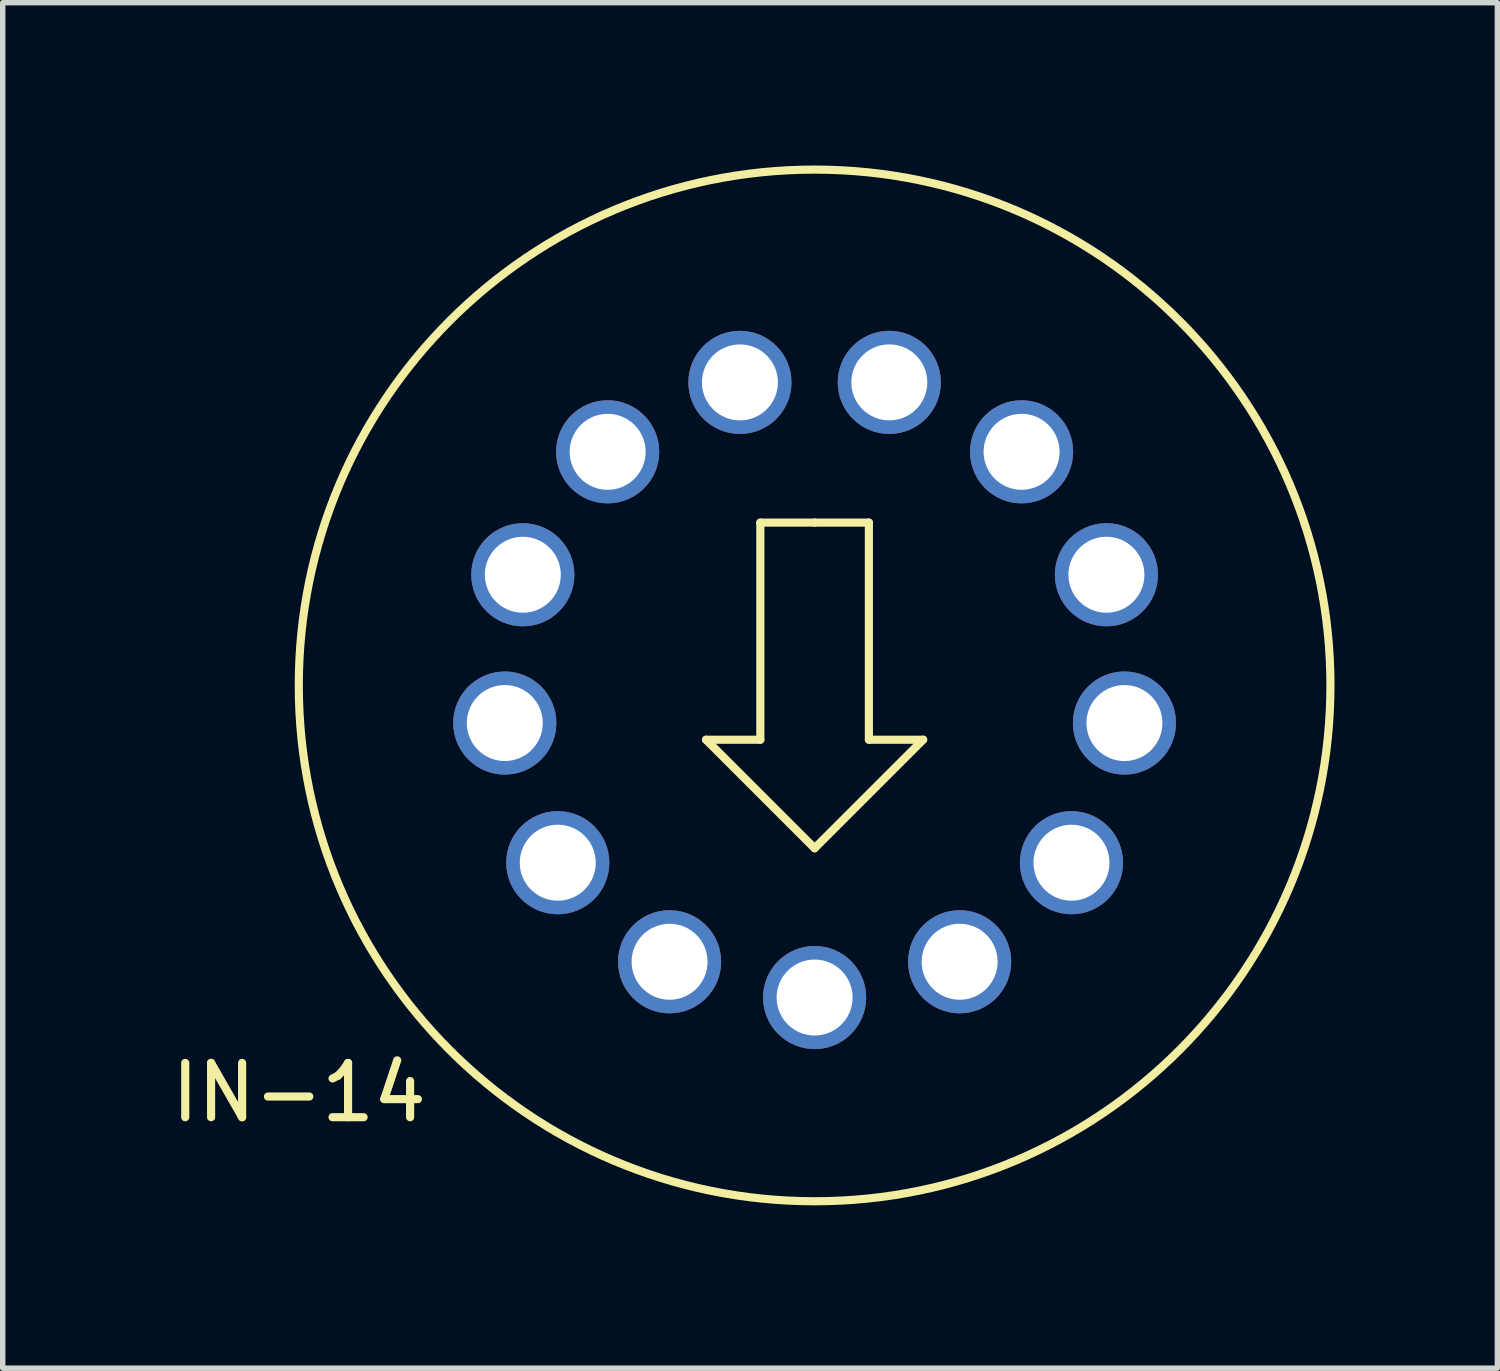
<source format=kicad_pcb>
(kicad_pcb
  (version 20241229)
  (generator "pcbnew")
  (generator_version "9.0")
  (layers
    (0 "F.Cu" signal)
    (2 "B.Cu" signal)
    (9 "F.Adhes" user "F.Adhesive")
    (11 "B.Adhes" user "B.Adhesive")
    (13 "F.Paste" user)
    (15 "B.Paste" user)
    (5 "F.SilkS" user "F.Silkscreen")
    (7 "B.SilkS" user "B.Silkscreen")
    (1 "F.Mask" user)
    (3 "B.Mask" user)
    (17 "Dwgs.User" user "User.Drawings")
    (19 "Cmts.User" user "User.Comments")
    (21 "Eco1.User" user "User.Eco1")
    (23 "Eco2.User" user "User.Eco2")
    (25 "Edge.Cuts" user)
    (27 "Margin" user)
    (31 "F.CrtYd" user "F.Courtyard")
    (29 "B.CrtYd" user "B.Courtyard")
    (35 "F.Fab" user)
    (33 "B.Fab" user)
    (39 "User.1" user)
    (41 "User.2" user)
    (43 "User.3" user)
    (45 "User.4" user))
  (footprint "IN-14"
    (layer "F.Cu")
    (at 11.958 9.578)
    (property "Reference" "IN-14" (at -9.5 7.5 0) (layer "F.SilkS") (effects (font (size 1 1) (thickness 0.15))))
    (attr through_hole)
    (fp_line (start -2 1) (end 0 3) (stroke (width 0.15) (type solid)) (layer "F.SilkS"))
    (fp_line (start -1 -3) (end -1 1) (stroke (width 0.15) (type solid)) (layer "F.SilkS"))
    (fp_line (start -1 1) (end -2 1) (stroke (width 0.15) (type solid)) (layer "F.SilkS"))
    (fp_line (start 0 -3) (end -1 -3) (stroke (width 0.15) (type solid)) (layer "F.SilkS"))
    (fp_line (start 0 3) (end 2 1) (stroke (width 0.15) (type solid)) (layer "F.SilkS"))
    (fp_line (start 1 -3) (end 0 -3) (stroke (width 0.15) (type solid)) (layer "F.SilkS"))
    (fp_line (start 1 1) (end 1 -3) (stroke (width 0.15) (type solid)) (layer "F.SilkS"))
    (fp_line (start 2 1) (end 1 1) (stroke (width 0.15) (type solid)) (layer "F.SilkS"))
    (fp_circle (center 0 0) (end 9.5 0.254) (stroke (width 0.15) (type solid)) (fill no) (layer "F.SilkS"))
    (pad "1" thru_hole circle (at -4.732 3.266 94.615) (size 1.9 1.9) (drill 1.4) (layers "*.Cu" "*.Mask"))
    (pad "2" thru_hole circle (at 4.732 3.266 205.385) (size 1.9 1.9) (drill 1.4) (layers "*.Cu" "*.Mask"))
    (pad "3" thru_hole circle (at 5.708 0.693 233.077) (size 1.9 1.9) (drill 1.4) (layers "*.Cu" "*.Mask"))
    (pad "4" thru_hole circle (at 5.376 -2.039 260.769) (size 1.9 1.9) (drill 1.4) (layers "*.Cu" "*.Mask"))
    (pad "5" thru_hole circle (at 3.813 -4.304 288.462) (size 1.9 1.9) (drill 1.4) (layers "*.Cu" "*.Mask"))
    (pad "6" thru_hole circle (at 1.376 -5.583 316.154) (size 1.9 1.9) (drill 1.4) (layers "*.Cu" "*.Mask"))
    (pad "7" thru_hole circle (at -1.376 -5.583 343.846) (size 1.9 1.9) (drill 1.4) (layers "*.Cu" "*.Mask"))
    (pad "8" thru_hole circle (at -3.813 -4.304 11.539) (size 1.9 1.9) (drill 1.4) (layers "*.Cu" "*.Mask"))
    (pad "9" thru_hole circle (at -5.376 -2.039 39.231) (size 1.9 1.9) (drill 1.4) (layers "*.Cu" "*.Mask"))
    (pad "10" thru_hole circle (at -5.708 0.693 66.923) (size 1.9 1.9) (drill 1.4) (layers "*.Cu" "*.Mask"))
    (pad "11" thru_hole circle (at 0 5.75 150) (size 1.9 1.9) (drill 1.4) (layers "*.Cu" "*.Mask"))
    (pad "12" thru_hole circle (at 2.672 5.091 177.692) (size 1.9 1.9) (drill 1.4) (layers "*.Cu" "*.Mask"))
    (pad "13" thru_hole circle (at -2.672 5.091 122.308) (size 1.9 1.9) (drill 1.4) (layers "*.Cu" "*.Mask")))
  (gr_rect
    (start -3 -3)
    (end 24.537 22.157)
    (stroke (width 0.1) (type default))
    (fill no)
    (layer "Edge.Cuts")))
</source>
